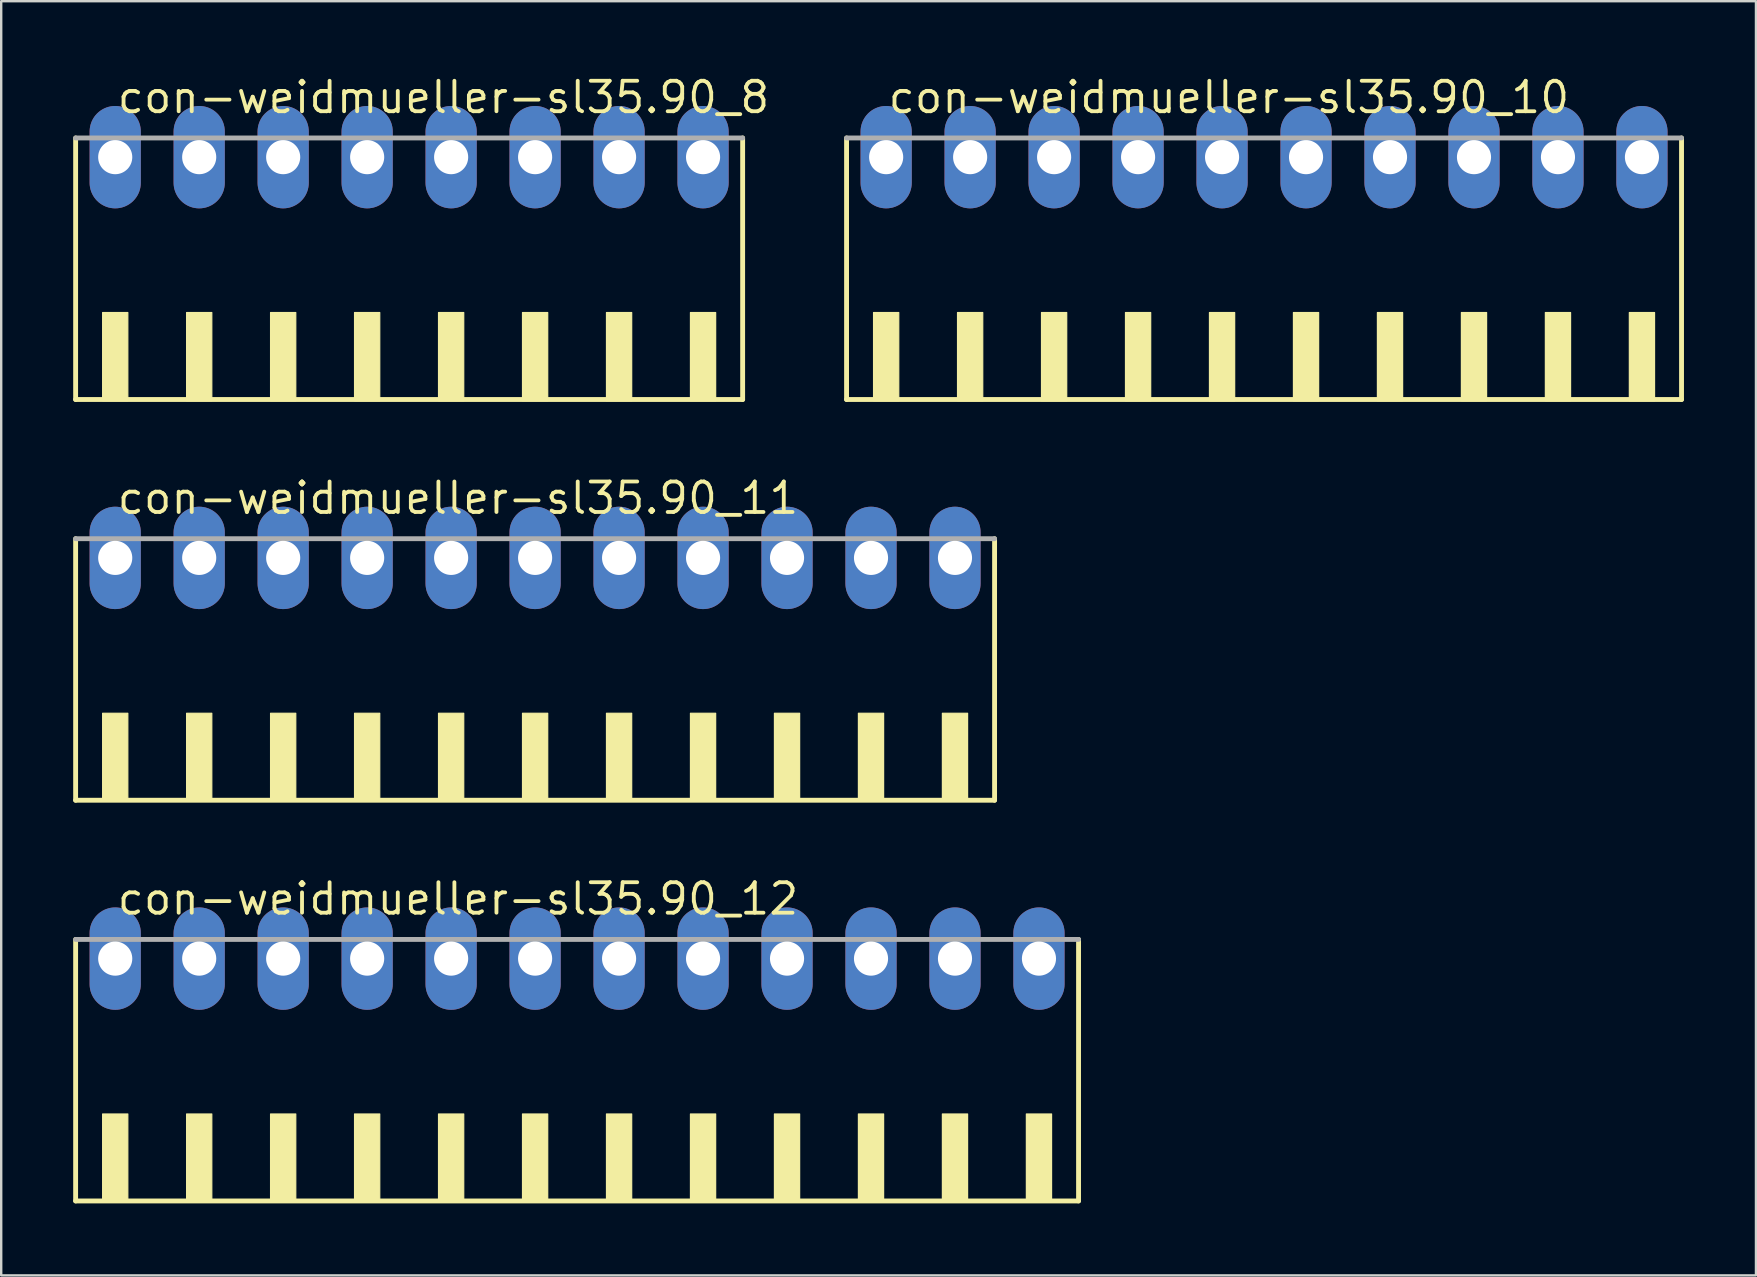
<source format=kicad_pcb>
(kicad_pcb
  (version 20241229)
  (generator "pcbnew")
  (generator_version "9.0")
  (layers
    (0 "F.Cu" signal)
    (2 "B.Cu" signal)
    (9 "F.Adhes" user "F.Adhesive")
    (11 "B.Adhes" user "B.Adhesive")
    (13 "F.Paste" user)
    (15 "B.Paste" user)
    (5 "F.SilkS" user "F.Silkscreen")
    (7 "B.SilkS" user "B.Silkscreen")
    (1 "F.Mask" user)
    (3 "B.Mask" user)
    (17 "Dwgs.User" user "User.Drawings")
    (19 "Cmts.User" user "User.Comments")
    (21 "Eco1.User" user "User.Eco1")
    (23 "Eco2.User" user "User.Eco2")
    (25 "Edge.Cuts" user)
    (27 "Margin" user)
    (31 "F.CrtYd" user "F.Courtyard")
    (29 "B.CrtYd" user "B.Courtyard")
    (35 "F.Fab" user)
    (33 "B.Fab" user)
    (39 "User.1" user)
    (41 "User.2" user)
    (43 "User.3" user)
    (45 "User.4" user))
  (footprint "con-weidmueller-sl35.90_8"
    (layer "F.Cu")
    (at 14.002 8.75)
    (property "Reference" "con-weidmueller-sl35.90_8" (at -12.25 -7 0) (layer "F.SilkS") (effects (font (size 1.27 1.27) (thickness 0.16)) (justify left bottom)))
    (attr through_hole)
    (fp_line (start -13.9 -6.05) (end -13.9 4.85) (stroke (width 0.203) (type default)) (layer "F.SilkS"))
    (fp_line (start -13.9 4.85) (end 13.9 4.85) (stroke (width 0.203) (type default)) (layer "F.SilkS"))
    (fp_line (start 13.9 4.85) (end 13.9 -6.05) (stroke (width 0.203) (type default)) (layer "F.SilkS"))
    (fp_rect (start -12.775 4.9) (end -11.725 1.225) (stroke (width 0.05) (type default)) (fill yes) (layer "F.SilkS"))
    (fp_rect (start -9.275 4.9) (end -8.225 1.225) (stroke (width 0.05) (type default)) (fill yes) (layer "F.SilkS"))
    (fp_rect (start -5.775 4.9) (end -4.725 1.225) (stroke (width 0.05) (type default)) (fill yes) (layer "F.SilkS"))
    (fp_rect (start -2.275 4.9) (end -1.225 1.225) (stroke (width 0.05) (type default)) (fill yes) (layer "F.SilkS"))
    (fp_rect (start 1.225 4.9) (end 2.275 1.225) (stroke (width 0.05) (type default)) (fill yes) (layer "F.SilkS"))
    (fp_rect (start 4.725 4.9) (end 5.775 1.225) (stroke (width 0.05) (type default)) (fill yes) (layer "F.SilkS"))
    (fp_rect (start 8.225 4.9) (end 9.275 1.225) (stroke (width 0.05) (type default)) (fill yes) (layer "F.SilkS"))
    (fp_rect (start 11.725 4.9) (end 12.775 1.225) (stroke (width 0.05) (type default)) (fill yes) (layer "F.SilkS"))
    (fp_line (start 13.9 -6.05) (end -13.9 -6.05) (stroke (width 0.203) (type default)) (layer "F.Fab"))
    (pad "1" thru_hole oval (at -12.25 -5.25 90) (size 4.267 2.134) (drill 1.422) (layers "*.Cu" "*.Mask"))
    (pad "2" thru_hole oval (at -8.75 -5.25 90) (size 4.267 2.134) (drill 1.422) (layers "*.Cu" "*.Mask"))
    (pad "3" thru_hole oval (at -5.25 -5.25 90) (size 4.267 2.134) (drill 1.422) (layers "*.Cu" "*.Mask"))
    (pad "4" thru_hole oval (at -1.75 -5.25 90) (size 4.267 2.134) (drill 1.422) (layers "*.Cu" "*.Mask"))
    (pad "5" thru_hole oval (at 1.75 -5.25 90) (size 4.267 2.134) (drill 1.422) (layers "*.Cu" "*.Mask"))
    (pad "6" thru_hole oval (at 5.25 -5.25 90) (size 4.267 2.134) (drill 1.422) (layers "*.Cu" "*.Mask"))
    (pad "7" thru_hole oval (at 8.75 -5.25 90) (size 4.267 2.134) (drill 1.422) (layers "*.Cu" "*.Mask"))
    (pad "8" thru_hole oval (at 12.25 -5.25 90) (size 4.267 2.134) (drill 1.422) (layers "*.Cu" "*.Mask")))
  (footprint "con-weidmueller-sl35.90_12"
    (layer "F.Cu")
    (at 21.002 42.153)
    (property "Reference" "con-weidmueller-sl35.90_12" (at -19.25 -7 0) (layer "F.SilkS") (effects (font (size 1.27 1.27) (thickness 0.16)) (justify left bottom)))
    (attr through_hole)
    (fp_line (start -20.9 -6.05) (end -20.9 4.85) (stroke (width 0.203) (type default)) (layer "F.SilkS"))
    (fp_line (start -20.9 4.85) (end 20.9 4.85) (stroke (width 0.203) (type default)) (layer "F.SilkS"))
    (fp_line (start 20.9 4.85) (end 20.9 -6.05) (stroke (width 0.203) (type default)) (layer "F.SilkS"))
    (fp_rect (start -19.775 4.9) (end -18.725 1.225) (stroke (width 0.05) (type default)) (fill yes) (layer "F.SilkS"))
    (fp_rect (start -16.275 4.9) (end -15.225 1.225) (stroke (width 0.05) (type default)) (fill yes) (layer "F.SilkS"))
    (fp_rect (start -12.775 4.9) (end -11.725 1.225) (stroke (width 0.05) (type default)) (fill yes) (layer "F.SilkS"))
    (fp_rect (start -9.275 4.9) (end -8.225 1.225) (stroke (width 0.05) (type default)) (fill yes) (layer "F.SilkS"))
    (fp_rect (start -5.775 4.9) (end -4.725 1.225) (stroke (width 0.05) (type default)) (fill yes) (layer "F.SilkS"))
    (fp_rect (start -2.275 4.9) (end -1.225 1.225) (stroke (width 0.05) (type default)) (fill yes) (layer "F.SilkS"))
    (fp_rect (start 1.225 4.9) (end 2.275 1.225) (stroke (width 0.05) (type default)) (fill yes) (layer "F.SilkS"))
    (fp_rect (start 4.725 4.9) (end 5.775 1.225) (stroke (width 0.05) (type default)) (fill yes) (layer "F.SilkS"))
    (fp_rect (start 8.225 4.9) (end 9.275 1.225) (stroke (width 0.05) (type default)) (fill yes) (layer "F.SilkS"))
    (fp_rect (start 11.725 4.9) (end 12.775 1.225) (stroke (width 0.05) (type default)) (fill yes) (layer "F.SilkS"))
    (fp_rect (start 15.225 4.9) (end 16.275 1.225) (stroke (width 0.05) (type default)) (fill yes) (layer "F.SilkS"))
    (fp_rect (start 18.725 4.9) (end 19.775 1.225) (stroke (width 0.05) (type default)) (fill yes) (layer "F.SilkS"))
    (fp_line (start 20.9 -6.05) (end -20.9 -6.05) (stroke (width 0.203) (type default)) (layer "F.Fab"))
    (pad "1" thru_hole oval (at -19.25 -5.25 90) (size 4.267 2.134) (drill 1.422) (layers "*.Cu" "*.Mask"))
    (pad "2" thru_hole oval (at -15.75 -5.25 90) (size 4.267 2.134) (drill 1.422) (layers "*.Cu" "*.Mask"))
    (pad "3" thru_hole oval (at -12.25 -5.25 90) (size 4.267 2.134) (drill 1.422) (layers "*.Cu" "*.Mask"))
    (pad "4" thru_hole oval (at -8.75 -5.25 90) (size 4.267 2.134) (drill 1.422) (layers "*.Cu" "*.Mask"))
    (pad "5" thru_hole oval (at -5.25 -5.25 90) (size 4.267 2.134) (drill 1.422) (layers "*.Cu" "*.Mask"))
    (pad "6" thru_hole oval (at -1.75 -5.25 90) (size 4.267 2.134) (drill 1.422) (layers "*.Cu" "*.Mask"))
    (pad "7" thru_hole oval (at 1.75 -5.25 90) (size 4.267 2.134) (drill 1.422) (layers "*.Cu" "*.Mask"))
    (pad "8" thru_hole oval (at 5.25 -5.25 90) (size 4.267 2.134) (drill 1.422) (layers "*.Cu" "*.Mask"))
    (pad "9" thru_hole oval (at 8.75 -5.25 90) (size 4.267 2.134) (drill 1.422) (layers "*.Cu" "*.Mask"))
    (pad "10" thru_hole oval (at 12.25 -5.25 90) (size 4.267 2.134) (drill 1.422) (layers "*.Cu" "*.Mask"))
    (pad "11" thru_hole oval (at 15.75 -5.25 90) (size 4.267 2.134) (drill 1.422) (layers "*.Cu" "*.Mask"))
    (pad "12" thru_hole oval (at 19.25 -5.25 90) (size 4.267 2.134) (drill 1.422) (layers "*.Cu" "*.Mask")))
  (footprint "con-weidmueller-sl35.90_10"
    (layer "F.Cu")
    (at 49.633 8.75)
    (property "Reference" "con-weidmueller-sl35.90_10" (at -15.75 -7 0) (layer "F.SilkS") (effects (font (size 1.27 1.27) (thickness 0.16)) (justify left bottom)))
    (attr through_hole)
    (fp_line (start -17.4 -6.05) (end -17.4 4.85) (stroke (width 0.203) (type default)) (layer "F.SilkS"))
    (fp_line (start -17.4 4.85) (end 17.4 4.85) (stroke (width 0.203) (type default)) (layer "F.SilkS"))
    (fp_line (start 17.4 4.85) (end 17.4 -6.05) (stroke (width 0.203) (type default)) (layer "F.SilkS"))
    (fp_rect (start -16.275 4.9) (end -15.225 1.225) (stroke (width 0.05) (type default)) (fill yes) (layer "F.SilkS"))
    (fp_rect (start -12.775 4.9) (end -11.725 1.225) (stroke (width 0.05) (type default)) (fill yes) (layer "F.SilkS"))
    (fp_rect (start -9.275 4.9) (end -8.225 1.225) (stroke (width 0.05) (type default)) (fill yes) (layer "F.SilkS"))
    (fp_rect (start -5.775 4.9) (end -4.725 1.225) (stroke (width 0.05) (type default)) (fill yes) (layer "F.SilkS"))
    (fp_rect (start -2.275 4.9) (end -1.225 1.225) (stroke (width 0.05) (type default)) (fill yes) (layer "F.SilkS"))
    (fp_rect (start 1.225 4.9) (end 2.275 1.225) (stroke (width 0.05) (type default)) (fill yes) (layer "F.SilkS"))
    (fp_rect (start 4.725 4.9) (end 5.775 1.225) (stroke (width 0.05) (type default)) (fill yes) (layer "F.SilkS"))
    (fp_rect (start 8.225 4.9) (end 9.275 1.225) (stroke (width 0.05) (type default)) (fill yes) (layer "F.SilkS"))
    (fp_rect (start 11.725 4.9) (end 12.775 1.225) (stroke (width 0.05) (type default)) (fill yes) (layer "F.SilkS"))
    (fp_rect (start 15.225 4.9) (end 16.275 1.225) (stroke (width 0.05) (type default)) (fill yes) (layer "F.SilkS"))
    (fp_line (start 17.4 -6.05) (end -17.4 -6.05) (stroke (width 0.203) (type default)) (layer "F.Fab"))
    (pad "1" thru_hole oval (at -15.75 -5.25 90) (size 4.267 2.134) (drill 1.422) (layers "*.Cu" "*.Mask"))
    (pad "2" thru_hole oval (at -12.25 -5.25 90) (size 4.267 2.134) (drill 1.422) (layers "*.Cu" "*.Mask"))
    (pad "3" thru_hole oval (at -8.75 -5.25 90) (size 4.267 2.134) (drill 1.422) (layers "*.Cu" "*.Mask"))
    (pad "4" thru_hole oval (at -5.25 -5.25 90) (size 4.267 2.134) (drill 1.422) (layers "*.Cu" "*.Mask"))
    (pad "5" thru_hole oval (at -1.75 -5.25 90) (size 4.267 2.134) (drill 1.422) (layers "*.Cu" "*.Mask"))
    (pad "6" thru_hole oval (at 1.75 -5.25 90) (size 4.267 2.134) (drill 1.422) (layers "*.Cu" "*.Mask"))
    (pad "7" thru_hole oval (at 5.25 -5.25 90) (size 4.267 2.134) (drill 1.422) (layers "*.Cu" "*.Mask"))
    (pad "8" thru_hole oval (at 8.75 -5.25 90) (size 4.267 2.134) (drill 1.422) (layers "*.Cu" "*.Mask"))
    (pad "9" thru_hole oval (at 12.25 -5.25 90) (size 4.267 2.134) (drill 1.422) (layers "*.Cu" "*.Mask"))
    (pad "10" thru_hole oval (at 15.75 -5.25 90) (size 4.267 2.134) (drill 1.422) (layers "*.Cu" "*.Mask")))
  (footprint "con-weidmueller-sl35.90_11"
    (layer "F.Cu")
    (at 19.252 25.452)
    (property "Reference" "con-weidmueller-sl35.90_11" (at -17.5 -7 0) (layer "F.SilkS") (effects (font (size 1.27 1.27) (thickness 0.16)) (justify left bottom)))
    (attr through_hole)
    (fp_line (start -19.15 -6.05) (end -19.15 4.85) (stroke (width 0.203) (type default)) (layer "F.SilkS"))
    (fp_line (start -19.15 4.85) (end 19.15 4.85) (stroke (width 0.203) (type default)) (layer "F.SilkS"))
    (fp_line (start 19.15 4.85) (end 19.15 -6.05) (stroke (width 0.203) (type default)) (layer "F.SilkS"))
    (fp_rect (start -18.025 4.9) (end -16.975 1.225) (stroke (width 0.05) (type default)) (fill yes) (layer "F.SilkS"))
    (fp_rect (start -14.525 4.9) (end -13.475 1.225) (stroke (width 0.05) (type default)) (fill yes) (layer "F.SilkS"))
    (fp_rect (start -11.025 4.9) (end -9.975 1.225) (stroke (width 0.05) (type default)) (fill yes) (layer "F.SilkS"))
    (fp_rect (start -7.525 4.9) (end -6.475 1.225) (stroke (width 0.05) (type default)) (fill yes) (layer "F.SilkS"))
    (fp_rect (start -4.025 4.9) (end -2.975 1.225) (stroke (width 0.05) (type default)) (fill yes) (layer "F.SilkS"))
    (fp_rect (start -0.525 4.9) (end 0.525 1.225) (stroke (width 0.05) (type default)) (fill yes) (layer "F.SilkS"))
    (fp_rect (start 2.975 4.9) (end 4.025 1.225) (stroke (width 0.05) (type default)) (fill yes) (layer "F.SilkS"))
    (fp_rect (start 6.475 4.9) (end 7.525 1.225) (stroke (width 0.05) (type default)) (fill yes) (layer "F.SilkS"))
    (fp_rect (start 9.975 4.9) (end 11.025 1.225) (stroke (width 0.05) (type default)) (fill yes) (layer "F.SilkS"))
    (fp_rect (start 13.475 4.9) (end 14.525 1.225) (stroke (width 0.05) (type default)) (fill yes) (layer "F.SilkS"))
    (fp_rect (start 16.975 4.9) (end 18.025 1.225) (stroke (width 0.05) (type default)) (fill yes) (layer "F.SilkS"))
    (fp_line (start 19.15 -6.05) (end -19.15 -6.05) (stroke (width 0.203) (type default)) (layer "F.Fab"))
    (pad "1" thru_hole oval (at -17.5 -5.25 90) (size 4.267 2.134) (drill 1.422) (layers "*.Cu" "*.Mask"))
    (pad "2" thru_hole oval (at -14 -5.25 90) (size 4.267 2.134) (drill 1.422) (layers "*.Cu" "*.Mask"))
    (pad "3" thru_hole oval (at -10.5 -5.25 90) (size 4.267 2.134) (drill 1.422) (layers "*.Cu" "*.Mask"))
    (pad "4" thru_hole oval (at -7 -5.25 90) (size 4.267 2.134) (drill 1.422) (layers "*.Cu" "*.Mask"))
    (pad "5" thru_hole oval (at -3.5 -5.25 90) (size 4.267 2.134) (drill 1.422) (layers "*.Cu" "*.Mask"))
    (pad "6" thru_hole oval (at 0 -5.25 90) (size 4.267 2.134) (drill 1.422) (layers "*.Cu" "*.Mask"))
    (pad "7" thru_hole oval (at 3.5 -5.25 90) (size 4.267 2.134) (drill 1.422) (layers "*.Cu" "*.Mask"))
    (pad "8" thru_hole oval (at 7 -5.25 90) (size 4.267 2.134) (drill 1.422) (layers "*.Cu" "*.Mask"))
    (pad "9" thru_hole oval (at 10.5 -5.25 90) (size 4.267 2.134) (drill 1.422) (layers "*.Cu" "*.Mask"))
    (pad "10" thru_hole oval (at 14 -5.25 90) (size 4.267 2.134) (drill 1.422) (layers "*.Cu" "*.Mask"))
    (pad "11" thru_hole oval (at 17.5 -5.25 90) (size 4.267 2.134) (drill 1.422) (layers "*.Cu" "*.Mask")))
  (gr_rect
    (start -3 -3)
    (end 70.135 50.105)
    (stroke (width 0.1) (type default))
    (fill no)
    (layer "Edge.Cuts")))
</source>
